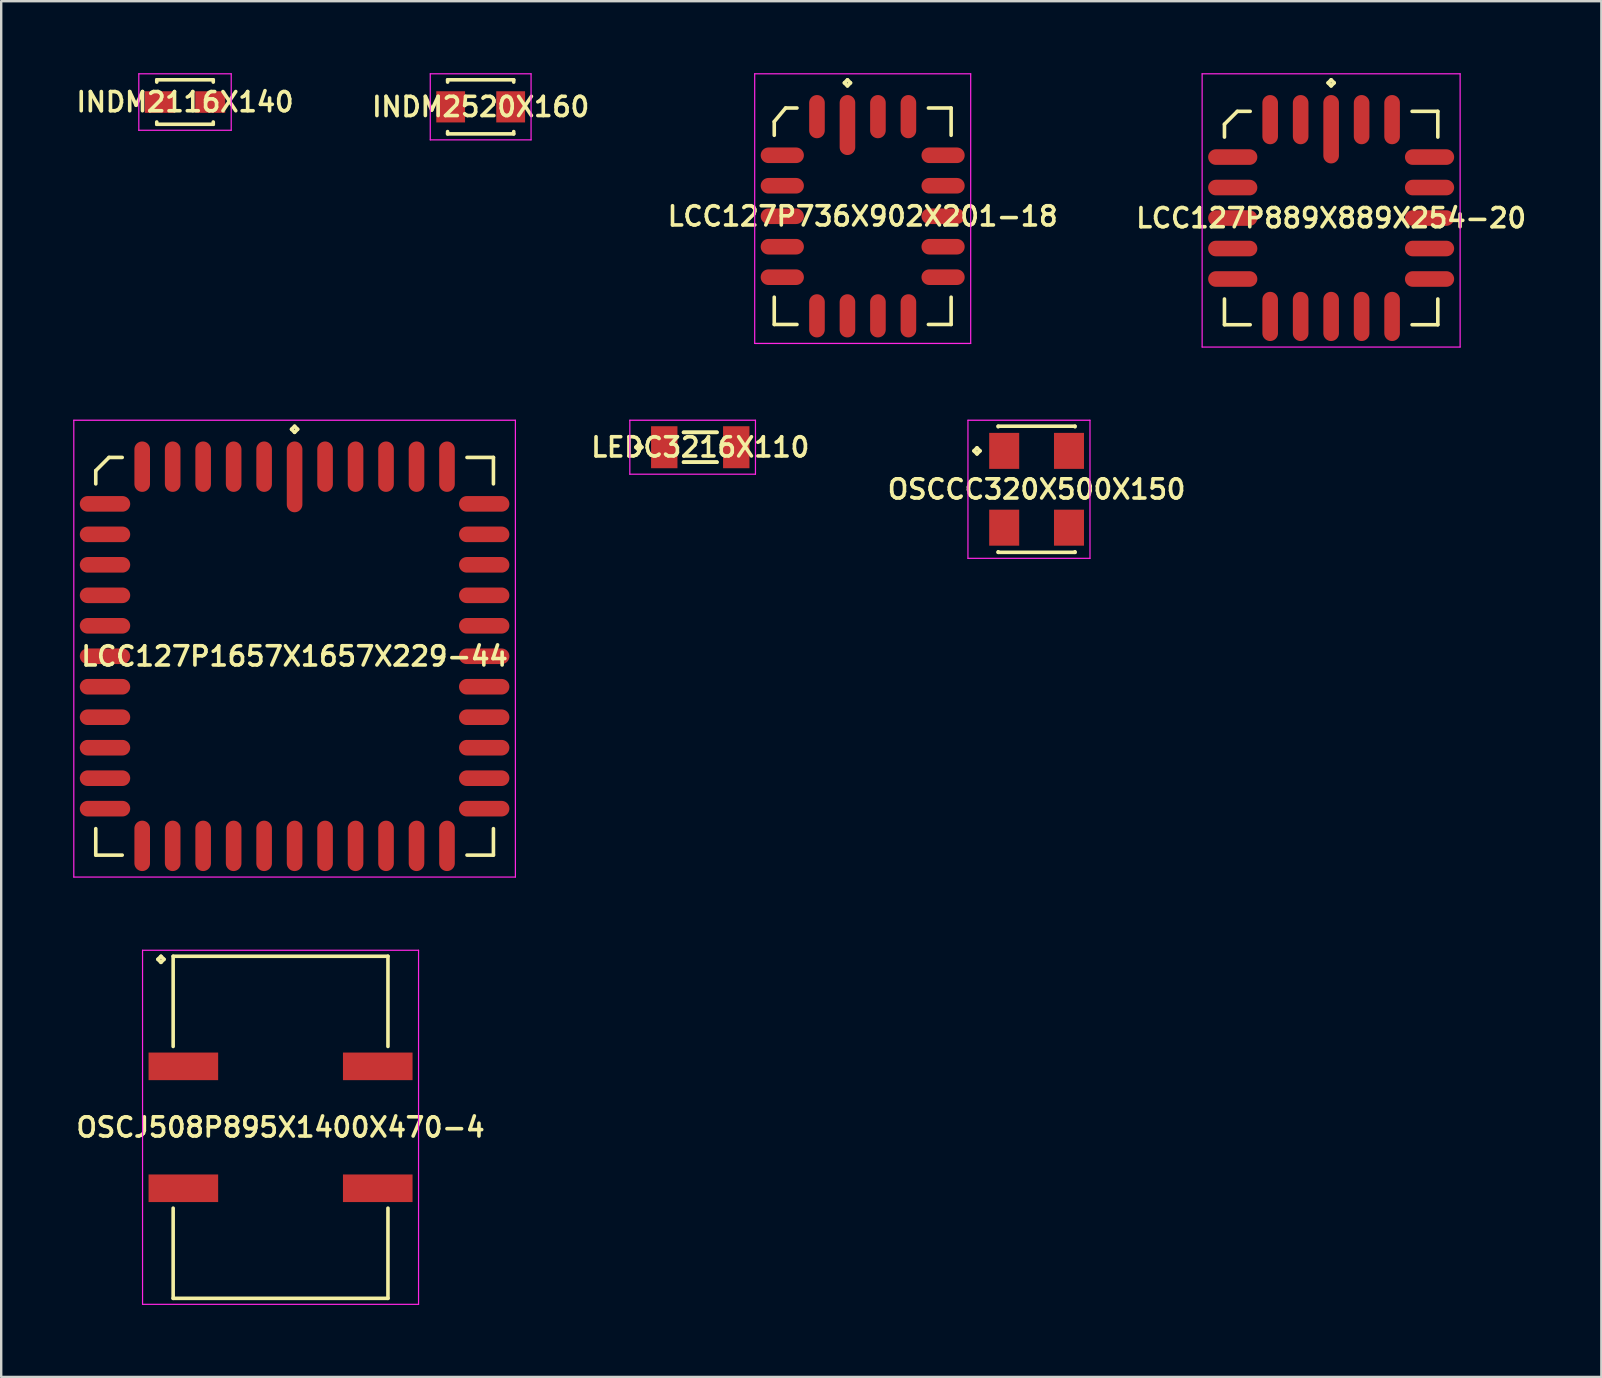
<source format=kicad_pcb>
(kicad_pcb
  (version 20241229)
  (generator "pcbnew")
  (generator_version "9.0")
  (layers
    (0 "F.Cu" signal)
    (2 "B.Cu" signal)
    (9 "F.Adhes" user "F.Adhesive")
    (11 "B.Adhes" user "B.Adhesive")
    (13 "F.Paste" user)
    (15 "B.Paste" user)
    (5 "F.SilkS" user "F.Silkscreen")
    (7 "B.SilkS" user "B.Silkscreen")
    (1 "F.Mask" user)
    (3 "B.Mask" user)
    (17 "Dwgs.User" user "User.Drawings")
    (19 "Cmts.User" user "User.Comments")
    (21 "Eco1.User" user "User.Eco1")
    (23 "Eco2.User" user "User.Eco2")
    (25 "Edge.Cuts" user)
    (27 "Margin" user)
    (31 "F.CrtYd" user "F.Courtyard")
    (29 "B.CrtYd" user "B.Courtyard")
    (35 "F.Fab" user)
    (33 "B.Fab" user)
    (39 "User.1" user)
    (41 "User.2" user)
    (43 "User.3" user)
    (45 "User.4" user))
  (footprint "OSCCC320X500X150"
    (layer "F.Cu")
    (at 40.142 17.337)
    (property "Reference" "OSCCC320X500X150" (at 0 0 0) (layer "F.SilkS") (effects (font (size 0.8 0.8) (thickness 0.15))))
    (attr smd)
    (fp_line (start -2.61 -1.6) (end -2.483 -1.727) (stroke (width 0.15) (type solid)) (layer "F.SilkS"))
    (fp_line (start -2.483 -1.727) (end -2.356 -1.6) (stroke (width 0.15) (type solid)) (layer "F.SilkS"))
    (fp_line (start -2.483 -1.473) (end -2.61 -1.6) (stroke (width 0.15) (type solid)) (layer "F.SilkS"))
    (fp_line (start -2.356 -1.6) (end -2.483 -1.473) (stroke (width 0.15) (type solid)) (layer "F.SilkS"))
    (fp_line (start -1.6 -2.627) (end 1.6 -2.627) (stroke (width 0.15) (type solid)) (layer "F.SilkS"))
    (fp_line (start -1.6 -2.604) (end -1.6 -2.627) (stroke (width 0.15) (type solid)) (layer "F.SilkS"))
    (fp_line (start -1.6 2.604) (end -1.6 2.627) (stroke (width 0.15) (type solid)) (layer "F.SilkS"))
    (fp_line (start -1.6 2.627) (end 1.6 2.627) (stroke (width 0.15) (type solid)) (layer "F.SilkS"))
    (fp_line (start 1.6 -2.627) (end 1.6 -2.604) (stroke (width 0.15) (type solid)) (layer "F.SilkS"))
    (fp_line (start 1.6 2.627) (end 1.6 2.604) (stroke (width 0.15) (type solid)) (layer "F.SilkS"))
    (fp_line (start -2.86 -2.877) (end 2.225 -2.877) (stroke (width 0.05) (type solid)) (layer "F.CrtYd"))
    (fp_line (start -2.86 2.877) (end -2.86 -2.877) (stroke (width 0.05) (type solid)) (layer "F.CrtYd"))
    (fp_line (start 2.225 -2.877) (end 2.225 2.877) (stroke (width 0.05) (type solid)) (layer "F.CrtYd"))
    (fp_line (start 2.225 2.877) (end -2.86 2.877) (stroke (width 0.05) (type solid)) (layer "F.CrtYd"))
    (pad "1" smd rect (at -1.35 -1.6) (size 1.25 1.5) (layers "F.Cu" "F.Mask" "F.Paste"))
    (pad "2" smd rect (at -1.35 1.6) (size 1.25 1.5) (layers "F.Cu" "F.Mask" "F.Paste"))
    (pad "3" smd rect (at 1.35 1.6) (size 1.25 1.5) (layers "F.Cu" "F.Mask" "F.Paste"))
    (pad "4" smd rect (at 1.35 -1.6) (size 1.25 1.5) (layers "F.Cu" "F.Mask" "F.Paste")))
  (footprint "INDM2520X160"
    (layer "F.Cu")
    (at 16.978 1.402)
    (property "Reference" "INDM2520X160" (at 0 0 0) (layer "F.SilkS") (effects (font (size 0.8 0.8) (thickness 0.15))))
    (attr smd)
    (fp_line (start -1.377 -1.127) (end 1.377 -1.127) (stroke (width 0.15) (type solid)) (layer "F.SilkS"))
    (fp_line (start -1.377 -1.031) (end -1.377 -1.127) (stroke (width 0.15) (type solid)) (layer "F.SilkS"))
    (fp_line (start -1.377 1.031) (end -1.377 1.127) (stroke (width 0.15) (type solid)) (layer "F.SilkS"))
    (fp_line (start -1.377 1.127) (end 1.377 1.127) (stroke (width 0.15) (type solid)) (layer "F.SilkS"))
    (fp_line (start 1.377 -1.127) (end 1.377 -1.031) (stroke (width 0.15) (type solid)) (layer "F.SilkS"))
    (fp_line (start 1.377 1.127) (end 1.377 1.031) (stroke (width 0.15) (type solid)) (layer "F.SilkS"))
    (fp_line (start -2.1 -1.377) (end 2.1 -1.377) (stroke (width 0.05) (type solid)) (layer "F.CrtYd"))
    (fp_line (start -2.1 1.377) (end -2.1 -1.377) (stroke (width 0.05) (type solid)) (layer "F.CrtYd"))
    (fp_line (start 2.1 -1.377) (end 2.1 1.377) (stroke (width 0.05) (type solid)) (layer "F.CrtYd"))
    (fp_line (start 2.1 1.377) (end -2.1 1.377) (stroke (width 0.05) (type solid)) (layer "F.CrtYd"))
    (pad "1" smd rect (at -1.25 0) (size 1.2 1.3) (layers "F.Cu" "F.Mask" "F.Paste"))
    (pad "2" smd rect (at 1.25 0) (size 1.2 1.3) (layers "F.Cu" "F.Mask" "F.Paste")))
  (footprint "OSCJ508P895X1400X470-4"
    (layer "F.Cu")
    (at 8.64 43.922)
    (property "Reference" "OSCJ508P895X1400X470-4" (at 0 0 0) (layer "F.SilkS") (effects (font (size 0.8 0.8) (thickness 0.15))))
    (attr smd)
    (fp_line (start -5.11 -7) (end -4.983 -7.127) (stroke (width 0.15) (type solid)) (layer "F.SilkS"))
    (fp_line (start -4.983 -7.127) (end -4.856 -7) (stroke (width 0.15) (type solid)) (layer "F.SilkS"))
    (fp_line (start -4.983 -6.873) (end -5.11 -7) (stroke (width 0.15) (type solid)) (layer "F.SilkS"))
    (fp_line (start -4.856 -7) (end -4.983 -6.873) (stroke (width 0.15) (type solid)) (layer "F.SilkS"))
    (fp_line (start -4.475 -7.127) (end 4.475 -7.127) (stroke (width 0.15) (type solid)) (layer "F.SilkS"))
    (fp_line (start -4.475 -3.369) (end -4.475 -7.127) (stroke (width 0.15) (type solid)) (layer "F.SilkS"))
    (fp_line (start -4.475 3.369) (end -4.475 7.127) (stroke (width 0.15) (type solid)) (layer "F.SilkS"))
    (fp_line (start -4.475 7.127) (end 4.475 7.127) (stroke (width 0.15) (type solid)) (layer "F.SilkS"))
    (fp_line (start 4.475 -7.127) (end 4.475 -3.369) (stroke (width 0.15) (type solid)) (layer "F.SilkS"))
    (fp_line (start 4.475 7.127) (end 4.475 3.369) (stroke (width 0.15) (type solid)) (layer "F.SilkS"))
    (fp_line (start -5.75 -7.377) (end 5.75 -7.377) (stroke (width 0.05) (type solid)) (layer "F.CrtYd"))
    (fp_line (start -5.75 7.377) (end -5.75 -7.377) (stroke (width 0.05) (type solid)) (layer "F.CrtYd"))
    (fp_line (start 5.75 -7.377) (end 5.75 7.377) (stroke (width 0.05) (type solid)) (layer "F.CrtYd"))
    (fp_line (start 5.75 7.377) (end -5.75 7.377) (stroke (width 0.05) (type solid)) (layer "F.CrtYd"))
    (pad "1" smd rect (at -4.05 -2.54) (size 2.9 1.15) (layers "F.Cu" "F.Mask" "F.Paste"))
    (pad "2" smd rect (at -4.05 2.54) (size 2.9 1.15) (layers "F.Cu" "F.Mask" "F.Paste"))
    (pad "3" smd rect (at 4.05 2.54) (size 2.9 1.15) (layers "F.Cu" "F.Mask" "F.Paste"))
    (pad "4" smd rect (at 4.05 -2.54) (size 2.9 1.15) (layers "F.Cu" "F.Mask" "F.Paste")))
  (footprint "INDM2116X140"
    (layer "F.Cu")
    (at 4.659 1.202)
    (property "Reference" "INDM2116X140" (at 0 0 0) (layer "F.SilkS") (effects (font (size 0.8 0.8) (thickness 0.15))))
    (attr smd)
    (fp_line (start -1.177 -0.927) (end 1.177 -0.927) (stroke (width 0.15) (type solid)) (layer "F.SilkS"))
    (fp_line (start -1.177 -0.831) (end -1.177 -0.927) (stroke (width 0.15) (type solid)) (layer "F.SilkS"))
    (fp_line (start -1.177 0.831) (end -1.177 0.927) (stroke (width 0.15) (type solid)) (layer "F.SilkS"))
    (fp_line (start -1.177 0.927) (end 1.177 0.927) (stroke (width 0.15) (type solid)) (layer "F.SilkS"))
    (fp_line (start 1.177 -0.927) (end 1.177 -0.831) (stroke (width 0.15) (type solid)) (layer "F.SilkS"))
    (fp_line (start 1.177 0.927) (end 1.177 0.831) (stroke (width 0.15) (type solid)) (layer "F.SilkS"))
    (fp_line (start -1.925 -1.177) (end 1.925 -1.177) (stroke (width 0.05) (type solid)) (layer "F.CrtYd"))
    (fp_line (start -1.925 1.177) (end -1.925 -1.177) (stroke (width 0.05) (type solid)) (layer "F.CrtYd"))
    (fp_line (start 1.925 -1.177) (end 1.925 1.177) (stroke (width 0.05) (type solid)) (layer "F.CrtYd"))
    (fp_line (start 1.925 1.177) (end -1.925 1.177) (stroke (width 0.05) (type solid)) (layer "F.CrtYd"))
    (pad "1" smd rect (at -1.05 0) (size 1.25 0.9) (layers "F.Cu" "F.Mask" "F.Paste"))
    (pad "2" smd rect (at 1.05 0) (size 1.25 0.9) (layers "F.Cu" "F.Mask" "F.Paste")))
  (footprint "LEDC3216X110"
    (layer "F.Cu")
    (at 26.128 15.585)
    (property "Reference" "LEDC3216X110" (at 0 0 0) (layer "F.SilkS") (effects (font (size 0.8 0.8) (thickness 0.15))))
    (attr smd)
    (fp_line (start -2.685 0) (end -2.558 -0.127) (stroke (width 0.15) (type solid)) (layer "F.SilkS"))
    (fp_line (start -2.558 -0.127) (end -2.431 0) (stroke (width 0.15) (type solid)) (layer "F.SilkS"))
    (fp_line (start -2.558 0.127) (end -2.685 0) (stroke (width 0.15) (type solid)) (layer "F.SilkS"))
    (fp_line (start -2.431 0) (end -2.558 0.127) (stroke (width 0.15) (type solid)) (layer "F.SilkS"))
    (fp_line (start -0.696 -0.621) (end 0.696 -0.621) (stroke (width 0.15) (type solid)) (layer "F.SilkS"))
    (fp_line (start -0.696 0.621) (end 0.696 0.621) (stroke (width 0.15) (type solid)) (layer "F.SilkS"))
    (fp_line (start 0.696 -0.621) (end -0.696 -0.621) (stroke (width 0.15) (type solid)) (layer "F.SilkS"))
    (fp_line (start 0.696 0.621) (end -0.696 0.621) (stroke (width 0.15) (type solid)) (layer "F.SilkS"))
    (fp_line (start -2.935 -1.125) (end 2.3 -1.125) (stroke (width 0.05) (type solid)) (layer "F.CrtYd"))
    (fp_line (start -2.935 1.125) (end -2.935 -1.125) (stroke (width 0.05) (type solid)) (layer "F.CrtYd"))
    (fp_line (start 2.3 -1.125) (end 2.3 1.125) (stroke (width 0.05) (type solid)) (layer "F.CrtYd"))
    (fp_line (start 2.3 1.125) (end -2.935 1.125) (stroke (width 0.05) (type solid)) (layer "F.CrtYd"))
    (pad "1" smd rect (at -1.5 0) (size 1.1 1.75) (layers "F.Cu" "F.Mask" "F.Paste"))
    (pad "2" smd rect (at 1.5 0) (size 1.1 1.75) (layers "F.Cu" "F.Mask" "F.Paste")))
  (footprint "LCC127P736X902X201-18"
    (layer "F.Cu")
    (at 32.896 5.96)
    (property "Reference" "LCC127P736X902X201-18" (at 0 0 0) (layer "F.SilkS") (effects (font (size 0.8 0.8) (thickness 0.15))))
    (attr smd)
    (fp_line (start -3.685 -3.942) (end -3.212 -4.51) (stroke (width 0.15) (type solid)) (layer "F.SilkS"))
    (fp_line (start -3.685 -3.373) (end -3.685 -3.942) (stroke (width 0.15) (type solid)) (layer "F.SilkS"))
    (fp_line (start -3.685 3.373) (end -3.685 4.51) (stroke (width 0.15) (type solid)) (layer "F.SilkS"))
    (fp_line (start -3.685 4.51) (end -2.738 4.51) (stroke (width 0.15) (type solid)) (layer "F.SilkS"))
    (fp_line (start -3.212 -4.51) (end -2.738 -4.51) (stroke (width 0.15) (type solid)) (layer "F.SilkS"))
    (fp_line (start -0.762 -5.558) (end -0.635 -5.685) (stroke (width 0.15) (type solid)) (layer "F.SilkS"))
    (fp_line (start -0.635 -5.685) (end -0.508 -5.558) (stroke (width 0.15) (type solid)) (layer "F.SilkS"))
    (fp_line (start -0.635 -5.431) (end -0.762 -5.558) (stroke (width 0.15) (type solid)) (layer "F.SilkS"))
    (fp_line (start -0.508 -5.558) (end -0.635 -5.431) (stroke (width 0.15) (type solid)) (layer "F.SilkS"))
    (fp_line (start 3.685 -4.51) (end 2.738 -4.51) (stroke (width 0.15) (type solid)) (layer "F.SilkS"))
    (fp_line (start 3.685 -3.373) (end 3.685 -4.51) (stroke (width 0.15) (type solid)) (layer "F.SilkS"))
    (fp_line (start 3.685 3.373) (end 3.685 4.51) (stroke (width 0.15) (type solid)) (layer "F.SilkS"))
    (fp_line (start 3.685 4.51) (end 2.738 4.51) (stroke (width 0.15) (type solid)) (layer "F.SilkS"))
    (fp_line (start -4.5 -5.935) (end 4.5 -5.935) (stroke (width 0.05) (type solid)) (layer "F.CrtYd"))
    (fp_line (start -4.5 5.3) (end -4.5 -5.935) (stroke (width 0.05) (type solid)) (layer "F.CrtYd"))
    (fp_line (start 4.5 -5.935) (end 4.5 5.3) (stroke (width 0.05) (type solid)) (layer "F.CrtYd"))
    (fp_line (start 4.5 5.3) (end -4.5 5.3) (stroke (width 0.05) (type solid)) (layer "F.CrtYd"))
    (pad "1" smd oval (at -0.635 -3.8) (size 0.65 2.5) (layers "F.Cu" "F.Mask" "F.Paste"))
    (pad "2" smd oval (at -1.905 -4.15) (size 0.65 1.8) (layers "F.Cu" "F.Mask" "F.Paste"))
    (pad "3" smd oval (at -3.35 -2.54) (size 1.8 0.65) (layers "F.Cu" "F.Mask" "F.Paste"))
    (pad "4" smd oval (at -3.35 -1.27) (size 1.8 0.65) (layers "F.Cu" "F.Mask" "F.Paste"))
    (pad "5" smd oval (at -3.35 0) (size 1.8 0.65) (layers "F.Cu" "F.Mask" "F.Paste"))
    (pad "6" smd oval (at -3.35 1.27) (size 1.8 0.65) (layers "F.Cu" "F.Mask" "F.Paste"))
    (pad "7" smd oval (at -3.35 2.54) (size 1.8 0.65) (layers "F.Cu" "F.Mask" "F.Paste"))
    (pad "8" smd oval (at -1.905 4.15) (size 0.65 1.8) (layers "F.Cu" "F.Mask" "F.Paste"))
    (pad "9" smd oval (at -0.635 4.15) (size 0.65 1.8) (layers "F.Cu" "F.Mask" "F.Paste"))
    (pad "10" smd oval (at 0.635 4.15) (size 0.65 1.8) (layers "F.Cu" "F.Mask" "F.Paste"))
    (pad "11" smd oval (at 1.905 4.15) (size 0.65 1.8) (layers "F.Cu" "F.Mask" "F.Paste"))
    (pad "12" smd oval (at 3.35 2.54) (size 1.8 0.65) (layers "F.Cu" "F.Mask" "F.Paste"))
    (pad "13" smd oval (at 3.35 1.27) (size 1.8 0.65) (layers "F.Cu" "F.Mask" "F.Paste"))
    (pad "14" smd oval (at 3.35 0) (size 1.8 0.65) (layers "F.Cu" "F.Mask" "F.Paste"))
    (pad "15" smd oval (at 3.35 -1.27) (size 1.8 0.65) (layers "F.Cu" "F.Mask" "F.Paste"))
    (pad "16" smd oval (at 3.35 -2.54) (size 1.8 0.65) (layers "F.Cu" "F.Mask" "F.Paste"))
    (pad "17" smd oval (at 1.905 -4.15) (size 0.65 1.8) (layers "F.Cu" "F.Mask" "F.Paste"))
    (pad "18" smd oval (at 0.635 -4.15) (size 0.65 1.8) (layers "F.Cu" "F.Mask" "F.Paste")))
  (footprint "LCC127P1657X1657X229-44"
    (layer "F.Cu")
    (at 9.225 24.295)
    (property "Reference" "LCC127P1657X1657X229-44" (at 0 0 0) (layer "F.SilkS") (effects (font (size 0.8 0.8) (thickness 0.15))))
    (attr smd)
    (fp_line (start -8.285 -7.734) (end -7.734 -8.285) (stroke (width 0.15) (type solid)) (layer "F.SilkS"))
    (fp_line (start -8.285 -7.183) (end -8.285 -7.734) (stroke (width 0.15) (type solid)) (layer "F.SilkS"))
    (fp_line (start -8.285 7.183) (end -8.285 8.285) (stroke (width 0.15) (type solid)) (layer "F.SilkS"))
    (fp_line (start -8.285 8.285) (end -7.183 8.285) (stroke (width 0.15) (type solid)) (layer "F.SilkS"))
    (fp_line (start -7.734 -8.285) (end -7.183 -8.285) (stroke (width 0.15) (type solid)) (layer "F.SilkS"))
    (fp_line (start -0.127 -9.458) (end 0 -9.585) (stroke (width 0.15) (type solid)) (layer "F.SilkS"))
    (fp_line (start 0 -9.585) (end 0.127 -9.458) (stroke (width 0.15) (type solid)) (layer "F.SilkS"))
    (fp_line (start 0 -9.331) (end -0.127 -9.458) (stroke (width 0.15) (type solid)) (layer "F.SilkS"))
    (fp_line (start 0.127 -9.458) (end 0 -9.331) (stroke (width 0.15) (type solid)) (layer "F.SilkS"))
    (fp_line (start 8.285 -8.285) (end 7.183 -8.285) (stroke (width 0.15) (type solid)) (layer "F.SilkS"))
    (fp_line (start 8.285 -7.183) (end 8.285 -8.285) (stroke (width 0.15) (type solid)) (layer "F.SilkS"))
    (fp_line (start 8.285 7.183) (end 8.285 8.285) (stroke (width 0.15) (type solid)) (layer "F.SilkS"))
    (fp_line (start 8.285 8.285) (end 7.183 8.285) (stroke (width 0.15) (type solid)) (layer "F.SilkS"))
    (fp_line (start -9.2 -9.835) (end 9.2 -9.835) (stroke (width 0.05) (type solid)) (layer "F.CrtYd"))
    (fp_line (start -9.2 9.2) (end -9.2 -9.835) (stroke (width 0.05) (type solid)) (layer "F.CrtYd"))
    (fp_line (start 9.2 -9.835) (end 9.2 9.2) (stroke (width 0.05) (type solid)) (layer "F.CrtYd"))
    (fp_line (start 9.2 9.2) (end -9.2 9.2) (stroke (width 0.05) (type solid)) (layer "F.CrtYd"))
    (pad "1" smd oval (at 0 -7.475) (size 0.65 2.95) (layers "F.Cu" "F.Mask" "F.Paste"))
    (pad "2" smd oval (at -1.27 -7.9) (size 0.65 2.1) (layers "F.Cu" "F.Mask" "F.Paste"))
    (pad "3" smd oval (at -2.54 -7.9) (size 0.65 2.1) (layers "F.Cu" "F.Mask" "F.Paste"))
    (pad "4" smd oval (at -3.81 -7.9) (size 0.65 2.1) (layers "F.Cu" "F.Mask" "F.Paste"))
    (pad "5" smd oval (at -5.08 -7.9) (size 0.65 2.1) (layers "F.Cu" "F.Mask" "F.Paste"))
    (pad "6" smd oval (at -6.35 -7.9) (size 0.65 2.1) (layers "F.Cu" "F.Mask" "F.Paste"))
    (pad "7" smd oval (at -7.9 -6.35) (size 2.1 0.65) (layers "F.Cu" "F.Mask" "F.Paste"))
    (pad "8" smd oval (at -7.9 -5.08) (size 2.1 0.65) (layers "F.Cu" "F.Mask" "F.Paste"))
    (pad "9" smd oval (at -7.9 -3.81) (size 2.1 0.65) (layers "F.Cu" "F.Mask" "F.Paste"))
    (pad "10" smd oval (at -7.9 -2.54) (size 2.1 0.65) (layers "F.Cu" "F.Mask" "F.Paste"))
    (pad "11" smd oval (at -7.9 -1.27) (size 2.1 0.65) (layers "F.Cu" "F.Mask" "F.Paste"))
    (pad "12" smd oval (at -7.9 0) (size 2.1 0.65) (layers "F.Cu" "F.Mask" "F.Paste"))
    (pad "13" smd oval (at -7.9 1.27) (size 2.1 0.65) (layers "F.Cu" "F.Mask" "F.Paste"))
    (pad "14" smd oval (at -7.9 2.54) (size 2.1 0.65) (layers "F.Cu" "F.Mask" "F.Paste"))
    (pad "15" smd oval (at -7.9 3.81) (size 2.1 0.65) (layers "F.Cu" "F.Mask" "F.Paste"))
    (pad "16" smd oval (at -7.9 5.08) (size 2.1 0.65) (layers "F.Cu" "F.Mask" "F.Paste"))
    (pad "17" smd oval (at -7.9 6.35) (size 2.1 0.65) (layers "F.Cu" "F.Mask" "F.Paste"))
    (pad "18" smd oval (at -6.35 7.9) (size 0.65 2.1) (layers "F.Cu" "F.Mask" "F.Paste"))
    (pad "19" smd oval (at -5.08 7.9) (size 0.65 2.1) (layers "F.Cu" "F.Mask" "F.Paste"))
    (pad "20" smd oval (at -3.81 7.9) (size 0.65 2.1) (layers "F.Cu" "F.Mask" "F.Paste"))
    (pad "21" smd oval (at -2.54 7.9) (size 0.65 2.1) (layers "F.Cu" "F.Mask" "F.Paste"))
    (pad "22" smd oval (at -1.27 7.9) (size 0.65 2.1) (layers "F.Cu" "F.Mask" "F.Paste"))
    (pad "23" smd oval (at 0 7.9) (size 0.65 2.1) (layers "F.Cu" "F.Mask" "F.Paste"))
    (pad "24" smd oval (at 1.27 7.9) (size 0.65 2.1) (layers "F.Cu" "F.Mask" "F.Paste"))
    (pad "25" smd oval (at 2.54 7.9) (size 0.65 2.1) (layers "F.Cu" "F.Mask" "F.Paste"))
    (pad "26" smd oval (at 3.81 7.9) (size 0.65 2.1) (layers "F.Cu" "F.Mask" "F.Paste"))
    (pad "27" smd oval (at 5.08 7.9) (size 0.65 2.1) (layers "F.Cu" "F.Mask" "F.Paste"))
    (pad "28" smd oval (at 6.35 7.9) (size 0.65 2.1) (layers "F.Cu" "F.Mask" "F.Paste"))
    (pad "29" smd oval (at 7.9 6.35) (size 2.1 0.65) (layers "F.Cu" "F.Mask" "F.Paste"))
    (pad "30" smd oval (at 7.9 5.08) (size 2.1 0.65) (layers "F.Cu" "F.Mask" "F.Paste"))
    (pad "31" smd oval (at 7.9 3.81) (size 2.1 0.65) (layers "F.Cu" "F.Mask" "F.Paste"))
    (pad "32" smd oval (at 7.9 2.54) (size 2.1 0.65) (layers "F.Cu" "F.Mask" "F.Paste"))
    (pad "33" smd oval (at 7.9 1.27) (size 2.1 0.65) (layers "F.Cu" "F.Mask" "F.Paste"))
    (pad "34" smd oval (at 7.9 0) (size 2.1 0.65) (layers "F.Cu" "F.Mask" "F.Paste"))
    (pad "35" smd oval (at 7.9 -1.27) (size 2.1 0.65) (layers "F.Cu" "F.Mask" "F.Paste"))
    (pad "36" smd oval (at 7.9 -2.54) (size 2.1 0.65) (layers "F.Cu" "F.Mask" "F.Paste"))
    (pad "37" smd oval (at 7.9 -3.81) (size 2.1 0.65) (layers "F.Cu" "F.Mask" "F.Paste"))
    (pad "38" smd oval (at 7.9 -5.08) (size 2.1 0.65) (layers "F.Cu" "F.Mask" "F.Paste"))
    (pad "39" smd oval (at 7.9 -6.35) (size 2.1 0.65) (layers "F.Cu" "F.Mask" "F.Paste"))
    (pad "40" smd oval (at 6.35 -7.9) (size 0.65 2.1) (layers "F.Cu" "F.Mask" "F.Paste"))
    (pad "41" smd oval (at 5.08 -7.9) (size 0.65 2.1) (layers "F.Cu" "F.Mask" "F.Paste"))
    (pad "42" smd oval (at 3.81 -7.9) (size 0.65 2.1) (layers "F.Cu" "F.Mask" "F.Paste"))
    (pad "43" smd oval (at 2.54 -7.9) (size 0.65 2.1) (layers "F.Cu" "F.Mask" "F.Paste"))
    (pad "44" smd oval (at 1.27 -7.9) (size 0.65 2.1) (layers "F.Cu" "F.Mask" "F.Paste")))
  (footprint "LCC127P889X889X254-20"
    (layer "F.Cu")
    (at 52.415 6.035)
    (property "Reference" "LCC127P889X889X254-20" (at 0 0 0) (layer "F.SilkS") (effects (font (size 0.8 0.8) (thickness 0.15))))
    (attr smd)
    (fp_line (start -4.445 -3.909) (end -3.909 -4.445) (stroke (width 0.15) (type solid)) (layer "F.SilkS"))
    (fp_line (start -4.445 -3.373) (end -4.445 -3.909) (stroke (width 0.15) (type solid)) (layer "F.SilkS"))
    (fp_line (start -4.445 3.373) (end -4.445 4.445) (stroke (width 0.15) (type solid)) (layer "F.SilkS"))
    (fp_line (start -4.445 4.445) (end -3.373 4.445) (stroke (width 0.15) (type solid)) (layer "F.SilkS"))
    (fp_line (start -3.909 -4.445) (end -3.373 -4.445) (stroke (width 0.15) (type solid)) (layer "F.SilkS"))
    (fp_line (start -0.127 -5.633) (end 0 -5.76) (stroke (width 0.15) (type solid)) (layer "F.SilkS"))
    (fp_line (start 0 -5.76) (end 0.127 -5.633) (stroke (width 0.15) (type solid)) (layer "F.SilkS"))
    (fp_line (start 0 -5.506) (end -0.127 -5.633) (stroke (width 0.15) (type solid)) (layer "F.SilkS"))
    (fp_line (start 0.127 -5.633) (end 0 -5.506) (stroke (width 0.15) (type solid)) (layer "F.SilkS"))
    (fp_line (start 4.445 -4.445) (end 3.373 -4.445) (stroke (width 0.15) (type solid)) (layer "F.SilkS"))
    (fp_line (start 4.445 -3.373) (end 4.445 -4.445) (stroke (width 0.15) (type solid)) (layer "F.SilkS"))
    (fp_line (start 4.445 3.373) (end 4.445 4.445) (stroke (width 0.15) (type solid)) (layer "F.SilkS"))
    (fp_line (start 4.445 4.445) (end 3.373 4.445) (stroke (width 0.15) (type solid)) (layer "F.SilkS"))
    (fp_line (start -5.375 -6.01) (end 5.375 -6.01) (stroke (width 0.05) (type solid)) (layer "F.CrtYd"))
    (fp_line (start -5.375 5.375) (end -5.375 -6.01) (stroke (width 0.05) (type solid)) (layer "F.CrtYd"))
    (fp_line (start 5.375 -6.01) (end 5.375 5.375) (stroke (width 0.05) (type solid)) (layer "F.CrtYd"))
    (fp_line (start 5.375 5.375) (end -5.375 5.375) (stroke (width 0.05) (type solid)) (layer "F.CrtYd"))
    (pad "1" smd oval (at 0 -3.7) (size 0.65 2.85) (layers "F.Cu" "F.Mask" "F.Paste"))
    (pad "2" smd oval (at -1.27 -4.1) (size 0.65 2.05) (layers "F.Cu" "F.Mask" "F.Paste"))
    (pad "3" smd oval (at -2.54 -4.1) (size 0.65 2.05) (layers "F.Cu" "F.Mask" "F.Paste"))
    (pad "4" smd oval (at -4.1 -2.54) (size 2.05 0.65) (layers "F.Cu" "F.Mask" "F.Paste"))
    (pad "5" smd oval (at -4.1 -1.27) (size 2.05 0.65) (layers "F.Cu" "F.Mask" "F.Paste"))
    (pad "6" smd oval (at -4.1 0) (size 2.05 0.65) (layers "F.Cu" "F.Mask" "F.Paste"))
    (pad "7" smd oval (at -4.1 1.27) (size 2.05 0.65) (layers "F.Cu" "F.Mask" "F.Paste"))
    (pad "8" smd oval (at -4.1 2.54) (size 2.05 0.65) (layers "F.Cu" "F.Mask" "F.Paste"))
    (pad "9" smd oval (at -2.54 4.1) (size 0.65 2.05) (layers "F.Cu" "F.Mask" "F.Paste"))
    (pad "10" smd oval (at -1.27 4.1) (size 0.65 2.05) (layers "F.Cu" "F.Mask" "F.Paste"))
    (pad "11" smd oval (at 0 4.1) (size 0.65 2.05) (layers "F.Cu" "F.Mask" "F.Paste"))
    (pad "12" smd oval (at 1.27 4.1) (size 0.65 2.05) (layers "F.Cu" "F.Mask" "F.Paste"))
    (pad "13" smd oval (at 2.54 4.1) (size 0.65 2.05) (layers "F.Cu" "F.Mask" "F.Paste"))
    (pad "14" smd oval (at 4.1 2.54) (size 2.05 0.65) (layers "F.Cu" "F.Mask" "F.Paste"))
    (pad "15" smd oval (at 4.1 1.27) (size 2.05 0.65) (layers "F.Cu" "F.Mask" "F.Paste"))
    (pad "16" smd oval (at 4.1 0) (size 2.05 0.65) (layers "F.Cu" "F.Mask" "F.Paste"))
    (pad "17" smd oval (at 4.1 -1.27) (size 2.05 0.65) (layers "F.Cu" "F.Mask" "F.Paste"))
    (pad "18" smd oval (at 4.1 -2.54) (size 2.05 0.65) (layers "F.Cu" "F.Mask" "F.Paste"))
    (pad "19" smd oval (at 2.54 -4.1) (size 0.65 2.05) (layers "F.Cu" "F.Mask" "F.Paste"))
    (pad "20" smd oval (at 1.27 -4.1) (size 0.65 2.05) (layers "F.Cu" "F.Mask" "F.Paste")))
  (gr_rect
    (start -3 -3)
    (end 63.674 54.324)
    (stroke (width 0.1) (type default))
    (fill no)
    (layer "Edge.Cuts")))
</source>
